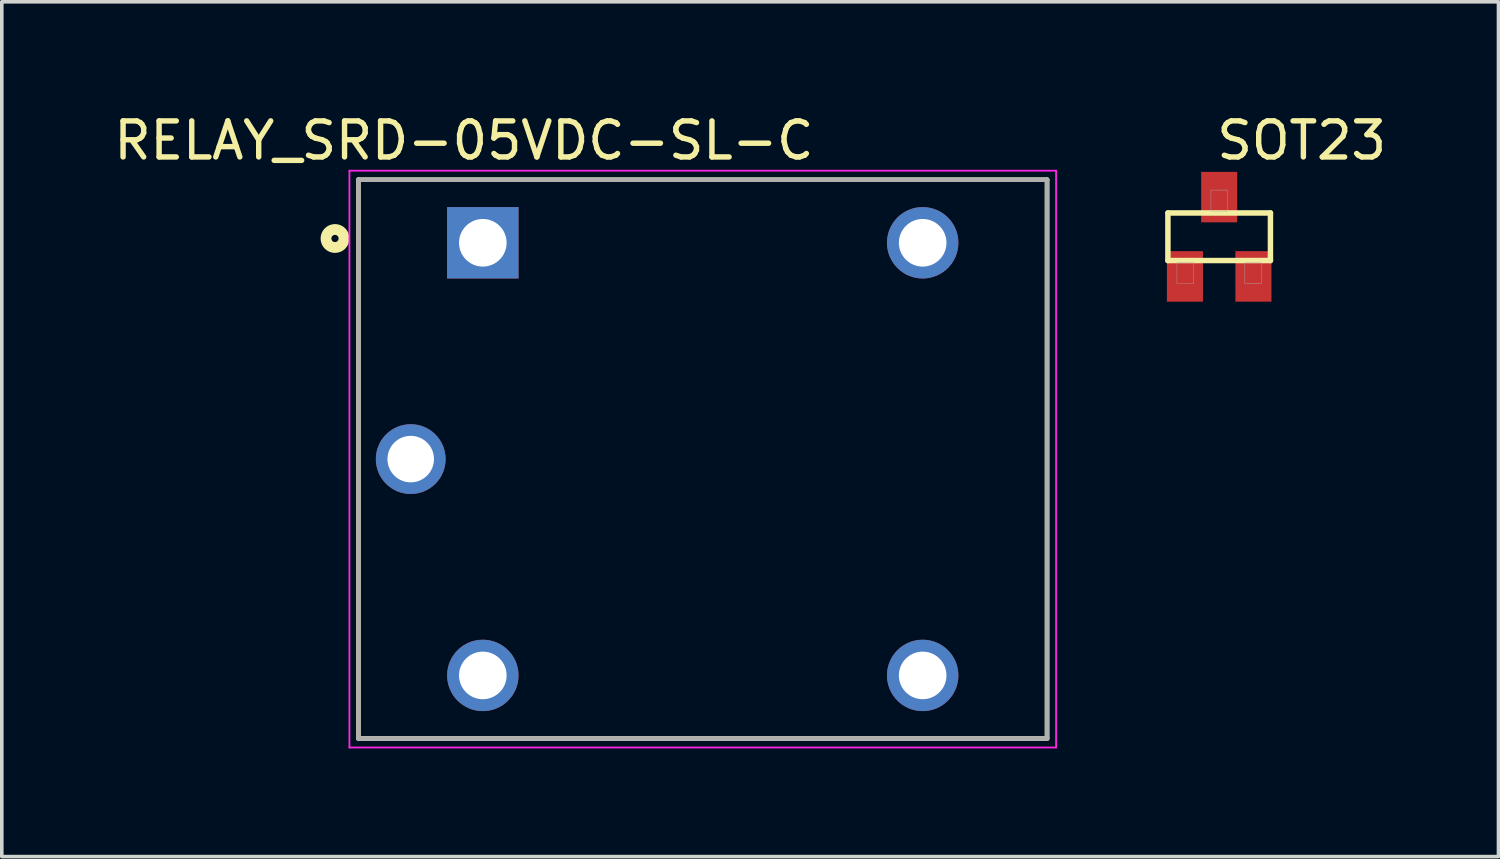
<source format=kicad_pcb>
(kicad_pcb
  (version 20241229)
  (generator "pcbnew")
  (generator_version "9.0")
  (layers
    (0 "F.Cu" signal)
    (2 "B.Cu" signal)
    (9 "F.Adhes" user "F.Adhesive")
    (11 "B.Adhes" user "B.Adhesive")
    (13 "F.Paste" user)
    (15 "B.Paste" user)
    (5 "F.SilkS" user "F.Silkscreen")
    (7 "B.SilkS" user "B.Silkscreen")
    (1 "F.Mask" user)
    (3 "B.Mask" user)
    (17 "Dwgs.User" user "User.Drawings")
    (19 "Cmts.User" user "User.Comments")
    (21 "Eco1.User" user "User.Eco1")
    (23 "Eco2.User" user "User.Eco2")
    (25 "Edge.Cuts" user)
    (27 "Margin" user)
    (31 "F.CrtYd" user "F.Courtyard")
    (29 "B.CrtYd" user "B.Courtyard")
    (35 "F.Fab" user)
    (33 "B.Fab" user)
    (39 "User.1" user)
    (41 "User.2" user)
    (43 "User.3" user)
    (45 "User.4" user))
  (footprint "SOT23"
    (layer "F.Cu")
    (at 30.766 3.517)
    (property "Reference" "SOT23" (at 2.288 -2.669 0) (layer "F.SilkS") (effects (font (size 1.001 1.001) (thickness 0.15))))
    (attr through_hole)
    (fp_line (start -1.422 -0.66) (end 1.422 -0.66) (stroke (width 0.152) (type solid)) (layer "F.SilkS"))
    (fp_line (start -1.422 0.66) (end -1.422 -0.66) (stroke (width 0.152) (type solid)) (layer "F.SilkS"))
    (fp_line (start 1.422 -0.66) (end 1.422 0.66) (stroke (width 0.152) (type solid)) (layer "F.SilkS"))
    (fp_line (start 1.422 0.66) (end -1.422 0.66) (stroke (width 0.152) (type solid)) (layer "F.SilkS"))
    (fp_poly (pts (xy -1.171 0.711) (xy -0.711 0.711) (xy -0.711 1.298) (xy -1.171 1.298)) (stroke (width 0.01) (type solid)) (fill no) (layer "F.Fab"))
    (fp_poly (pts (xy -0.229 -1.295) (xy 0.229 -1.295) (xy 0.229 -0.711) (xy -0.229 -0.711)) (stroke (width 0.01) (type solid)) (fill no) (layer "F.Fab"))
    (fp_poly (pts (xy 0.712 0.711) (xy 1.168 0.711) (xy 1.168 1.297) (xy 0.712 1.297)) (stroke (width 0.01) (type solid)) (fill no) (layer "F.Fab"))
    (pad "1" smd rect (at -0.95 1.1) (size 1 1.4) (layers "F.Cu" "F.Mask" "F.Paste"))
    (pad "2" smd rect (at 0.95 1.1) (size 1 1.4) (layers "F.Cu" "F.Mask" "F.Paste"))
    (pad "3" smd rect (at 0 -1.1) (size 1 1.4) (layers "F.Cu" "F.Mask" "F.Paste")))
  (footprint "RELAY_SRD-05VDC-SL-C"
    (layer "F.Cu")
    (at 16.442 9.684)
    (property "Reference" "RELAY_SRD-05VDC-SL-C" (at -6.626 -8.836 0) (layer "F.SilkS") (effects (font (size 1 1) (thickness 0.15))))
    (attr through_hole)
    (fp_line (start -9.55 -7.75) (end 9.55 -7.75) (stroke (width 0.127) (type solid)) (layer "F.SilkS"))
    (fp_line (start -9.55 7.75) (end -9.55 -7.75) (stroke (width 0.127) (type solid)) (layer "F.SilkS"))
    (fp_line (start 9.55 -7.75) (end 9.55 7.75) (stroke (width 0.127) (type solid)) (layer "F.SilkS"))
    (fp_line (start 9.55 7.75) (end -9.55 7.75) (stroke (width 0.127) (type solid)) (layer "F.SilkS"))
    (fp_circle (center -10.2 -6.119) (end -10.1 -6.119) (stroke (width 0.3) (type solid)) (fill no) (layer "F.SilkS"))
    (fp_line (start -9.8 -8) (end 9.8 -8) (stroke (width 0.05) (type solid)) (layer "F.CrtYd"))
    (fp_line (start -9.8 8) (end -9.8 -8) (stroke (width 0.05) (type solid)) (layer "F.CrtYd"))
    (fp_line (start 9.8 -8) (end 9.8 8) (stroke (width 0.05) (type solid)) (layer "F.CrtYd"))
    (fp_line (start 9.8 8) (end -9.8 8) (stroke (width 0.05) (type solid)) (layer "F.CrtYd"))
    (fp_line (start -9.55 -7.75) (end 9.55 -7.75) (stroke (width 0.127) (type solid)) (layer "F.Fab"))
    (fp_line (start -9.55 7.75) (end -9.55 -7.75) (stroke (width 0.127) (type solid)) (layer "F.Fab"))
    (fp_line (start 9.55 -7.75) (end 9.55 7.75) (stroke (width 0.127) (type solid)) (layer "F.Fab"))
    (fp_line (start 9.55 7.75) (end -9.55 7.75) (stroke (width 0.127) (type solid)) (layer "F.Fab"))
    (pad "A1" thru_hole rect (at -6.1 -6) (size 1.98 1.98) (drill 1.32) (layers "*.Cu" "*.Mask"))
    (pad "A2" thru_hole circle (at -6.1 6) (size 1.98 1.98) (drill 1.32) (layers "*.Cu" "*.Mask"))
    (pad "COM" thru_hole circle (at -8.1 0) (size 1.935 1.935) (drill 1.29) (layers "*.Cu" "*.Mask"))
    (pad "NC" thru_hole circle (at 6.1 -6) (size 1.98 1.98) (drill 1.32) (layers "*.Cu" "*.Mask"))
    (pad "NO" thru_hole circle (at 6.1 6) (size 1.98 1.98) (drill 1.32) (layers "*.Cu" "*.Mask")))
  (gr_rect
    (start -3 -3)
    (end 38.513 20.709)
    (stroke (width 0.1) (type default))
    (fill no)
    (layer "Edge.Cuts")))
</source>
